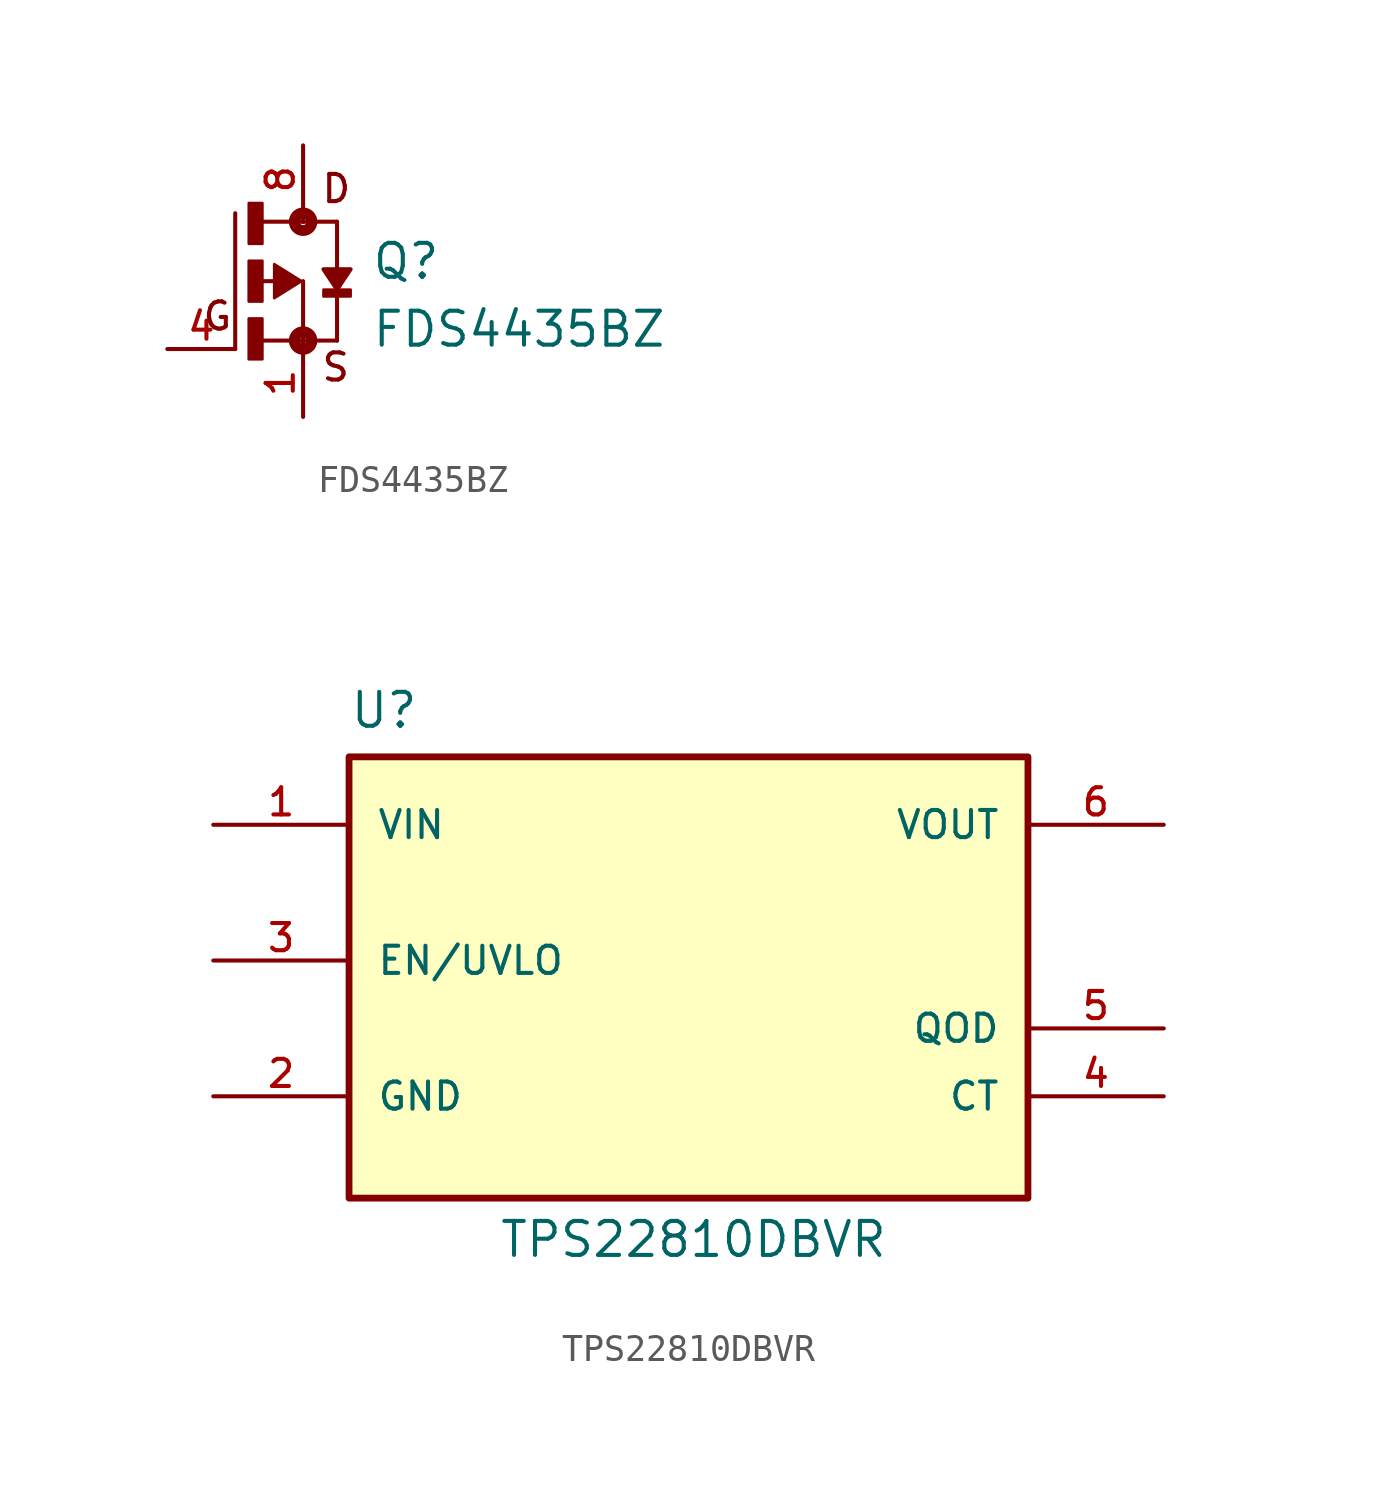
<source format=kicad_sym>
(kicad_symbol_lib
  (version 20231120)
  (generator "kicad_symbol_editor")
  (generator_version "8.0")
  (symbol "FDS4435BZ"
    (pin_names
      (offset 1.016))
    (property "Reference" "Q"
      (at 2.542 0 0)
      (effects (font (size 1.27 1.27)) (justify left bottom)))
    (property "Value" "FDS4435BZ"
      (at 2.54 -2.54 0)
      (effects (font (size 1.27 1.27)) (justify left bottom)))
    (symbol "FDS4435BZ_0_0"
      (rectangle (start -2.034 -0.763) (end -1.524 0.762) (stroke (width 0.1) (type default)) (fill (type outline)))
      (rectangle (start -2.033 -2.922) (end -1.524 -1.397) (stroke (width 0.1) (type default)) (fill (type outline)))
      (rectangle (start -2.032 1.397) (end -1.524 2.921) (stroke (width 0.1) (type default)) (fill (type outline)))
      (circle (center 0 -2.223) (radius 0.127) (stroke (width 0.406) (type default)) (fill (type none)))
      (polyline (pts (xy -2.54 -2.54) (xy -2.54 2.54)) (stroke (width 0.152) (type default)) (fill (type none)))
      (polyline (pts (xy -1.905 -2.223) (xy 0 -2.223)) (stroke (width 0.152) (type default)) (fill (type none)))
      (polyline (pts (xy -1.587 2.223) (xy 0 2.223)) (stroke (width 0.152) (type default)) (fill (type none)))
      (polyline (pts (xy -1.079 0) (xy -1.905 0)) (stroke (width 0.152) (type default)) (fill (type none)))
      (polyline (pts (xy 0 -2.223) (xy 0 -2.54)) (stroke (width 0.152) (type default)) (fill (type none)))
      (polyline (pts (xy 0 0) (xy 0 -2.223)) (stroke (width 0.152) (type default)) (fill (type none)))
      (polyline (pts (xy 0 2.223) (xy 1.27 2.223)) (stroke (width 0.152) (type default)) (fill (type none)))
      (polyline (pts (xy 0 2.54) (xy 0 2.223)) (stroke (width 0.152) (type default)) (fill (type none)))
      (polyline (pts (xy 1.27 -2.223) (xy 0 -2.223)) (stroke (width 0.152) (type default)) (fill (type none)))
      (polyline (pts (xy 1.27 2.223) (xy 1.27 -2.223)) (stroke (width 0.152) (type default)) (fill (type none)))
      (polyline (pts (xy -0.064 0) (xy -1.079 -0.635) (xy -1.079 0.635) (xy -0.064 0)) (stroke (width 0.102) (type default)) (fill (type outline)))
      (polyline (pts (xy 1.27 -0.318) (xy 1.778 0.445) (xy 0.762 0.445) (xy 1.27 -0.318)) (stroke (width 0.152) (type default)) (fill (type outline)))
      (circle (center 0 2.223) (radius 0.127) (stroke (width 0.406) (type default)) (fill (type none)))
      (rectangle (start 0.763 -0.572) (end 1.778 -0.318) (stroke (width 0.1) (type default)) (fill (type outline)))
      (text "D" (at 0.636 2.863 0) (effects (font (size 1.018 1.018)) (justify left bottom)))
      (text "G" (at -3.816 -1.908 0) (effects (font (size 1.018 1.018)) (justify left bottom)))
      (text "S" (at 0.636 -3.814 0) (effects (font (size 1.017 1.017)) (justify left bottom)))
      (pin passive line (at -5.08 -2.54 0) (length 2.54) (name "~" (effects (font (size 1.016 1.016)))) (number "4" (effects (font (size 1.016 1.016))))))
    (symbol "FDS4435BZ_1_0"
      (pin passive line (at 0 -5.08 90) (length 2.54) (name "~" (effects (font (size 1.016 1.016)))) (number "1" (effects (font (size 1.016 1.016)))))
      (pin passive line (at 0 -5.08 90) (length 2.54) hide (name "~" (effects (font (size 1.016 1.016)))) (number "2" (effects (font (size 1.016 1.016)))))
      (pin passive line (at 0 -5.08 90) (length 2.54) hide (name "~" (effects (font (size 1.016 1.016)))) (number "3" (effects (font (size 1.016 1.016)))))
      (pin passive line (at 0 5.08 270) (length 2.54) hide (name "~" (effects (font (size 1.016 1.016)))) (number "5" (effects (font (size 1.016 1.016)))))
      (pin passive line (at 0 5.08 270) (length 2.54) hide (name "~" (effects (font (size 1.016 1.016)))) (number "6" (effects (font (size 1.016 1.016)))))
      (pin passive line (at 0 5.08 270) (length 2.54) hide (name "~" (effects (font (size 1.016 1.016)))) (number "7" (effects (font (size 1.016 1.016)))))
      (pin passive line (at 0 5.08 270) (length 2.54) (name "~" (effects (font (size 1.016 1.016)))) (number "8" (effects (font (size 1.016 1.016)))))))
  (symbol "TPS22810DBVR"
    (pin_names
      (offset 1.016))
    (property "Reference" "U"
      (at -12.7 11.16 0)
      (effects (font (size 1.27 1.27)) (justify left bottom)))
    (property "Value" "TPS22810DBVR"
      (at -7.112 -8.636 0)
      (effects (font (size 1.27 1.27)) (justify left bottom)))
    (symbol "TPS22810DBVR_0_0"
      (rectangle (start -12.7 10.16) (end 12.7 -6.35) (stroke (width 0.254) (type default)) (fill (type background)))
      (pin input line (at -17.78 7.62 0) (length 5.08) (name "VIN" (effects (font (size 1.016 1.016)))) (number "1" (effects (font (size 1.016 1.016)))))
      (pin power_in line (at -17.78 -2.54 0) (length 5.08) (name "GND" (effects (font (size 1.016 1.016)))) (number "2" (effects (font (size 1.016 1.016)))))
      (pin input line (at -17.78 2.54 0) (length 5.08) (name "EN/UVLO" (effects (font (size 1.016 1.016)))) (number "3" (effects (font (size 1.016 1.016)))))
      (pin output line (at 17.78 -2.54 180) (length 5.08) (name "CT" (effects (font (size 1.016 1.016)))) (number "4" (effects (font (size 1.016 1.016)))))
      (pin output line (at 17.78 0 180) (length 5.08) (name "QOD" (effects (font (size 1.016 1.016)))) (number "5" (effects (font (size 1.016 1.016)))))
      (pin output line (at 17.78 7.62 180) (length 5.08) (name "VOUT" (effects (font (size 1.016 1.016)))) (number "6" (effects (font (size 1.016 1.016))))))))
</source>
